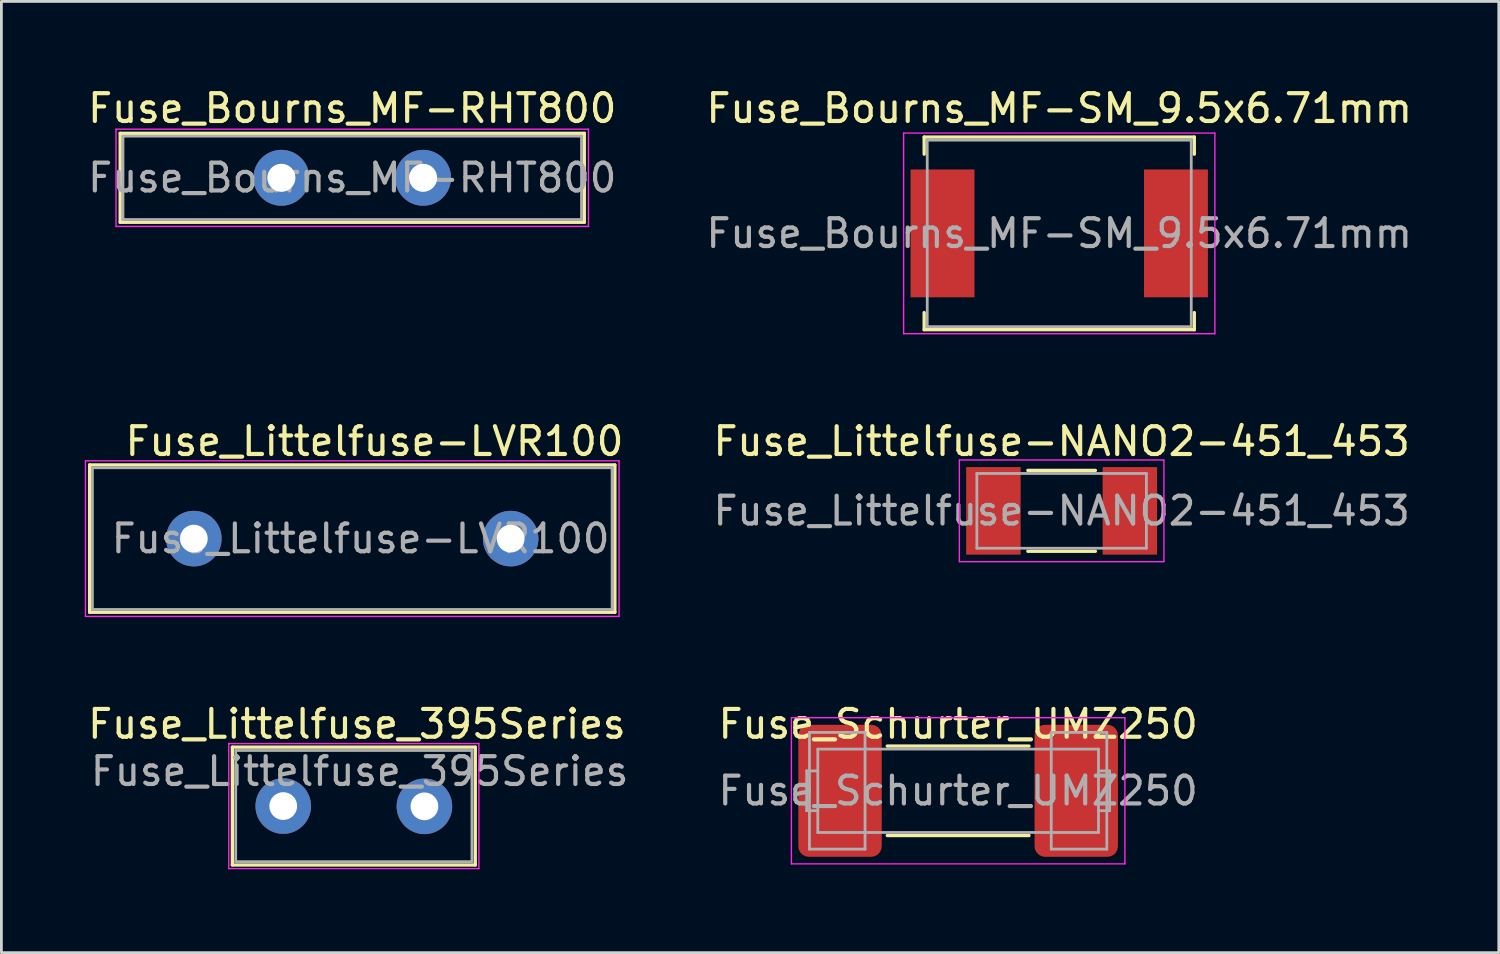
<source format=kicad_pcb>
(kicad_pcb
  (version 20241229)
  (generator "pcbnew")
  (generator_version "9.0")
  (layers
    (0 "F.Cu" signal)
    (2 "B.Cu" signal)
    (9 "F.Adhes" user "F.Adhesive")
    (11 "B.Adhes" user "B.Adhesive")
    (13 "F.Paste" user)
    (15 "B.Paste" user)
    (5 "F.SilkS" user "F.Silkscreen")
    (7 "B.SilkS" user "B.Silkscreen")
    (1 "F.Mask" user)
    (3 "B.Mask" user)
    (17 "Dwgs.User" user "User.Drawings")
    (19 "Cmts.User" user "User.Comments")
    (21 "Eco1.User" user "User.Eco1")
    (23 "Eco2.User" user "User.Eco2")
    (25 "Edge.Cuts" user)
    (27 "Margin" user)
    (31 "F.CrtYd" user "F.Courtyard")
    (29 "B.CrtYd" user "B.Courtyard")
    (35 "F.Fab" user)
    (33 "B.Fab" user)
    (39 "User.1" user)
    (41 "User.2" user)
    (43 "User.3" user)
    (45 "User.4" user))
  (footprint "Fuse_Bourns_MF-RHT800"
    (layer "F.Cu")
    (at 7.075 3.348)
    (property "Reference" "Fuse_Bourns_MF-RHT800" (at 2.55 -2.5 0) (layer "F.SilkS") (effects (font (size 1 1) (thickness 0.15))))
    (attr through_hole)
    (fp_line (start -5.8 -1.6) (end -5.8 1.6) (stroke (width 0.12) (type solid)) (layer "F.SilkS"))
    (fp_line (start -5.8 1.6) (end 10.9 1.6) (stroke (width 0.12) (type solid)) (layer "F.SilkS"))
    (fp_line (start 10.9 -1.6) (end -5.8 -1.6) (stroke (width 0.12) (type solid)) (layer "F.SilkS"))
    (fp_line (start 10.9 1.6) (end 10.9 -1.6) (stroke (width 0.12) (type solid)) (layer "F.SilkS"))
    (fp_line (start -5.95 -1.75) (end -5.95 1.75) (stroke (width 0.05) (type solid)) (layer "F.CrtYd"))
    (fp_line (start -5.95 1.75) (end 11.05 1.75) (stroke (width 0.05) (type solid)) (layer "F.CrtYd"))
    (fp_line (start 11.05 -1.75) (end -5.95 -1.75) (stroke (width 0.05) (type solid)) (layer "F.CrtYd"))
    (fp_line (start 11.05 1.75) (end 11.05 -1.75) (stroke (width 0.05) (type solid)) (layer "F.CrtYd"))
    (fp_line (start -5.7 -1.5) (end -5.7 1.5) (stroke (width 0.1) (type solid)) (layer "F.Fab"))
    (fp_line (start -5.7 1.5) (end 10.8 1.5) (stroke (width 0.1) (type solid)) (layer "F.Fab"))
    (fp_line (start 10.8 -1.5) (end -5.7 -1.5) (stroke (width 0.1) (type solid)) (layer "F.Fab"))
    (fp_line (start 10.8 1.5) (end 10.8 -1.5) (stroke (width 0.1) (type solid)) (layer "F.Fab"))
    (fp_text user "${REFERENCE}" (at 2.55 0 0) (layer "F.Fab") (effects (font (size 1 1) (thickness 0.15))))
    (pad "1" thru_hole circle (at 0 0) (size 2.01 2.01) (drill 1.01) (layers "*.Cu" "*.Mask"))
    (pad "2" thru_hole circle (at 5.1 0) (size 2.01 2.01) (drill 1.01) (layers "*.Cu" "*.Mask")))
  (footprint "Fuse_Littelfuse-NANO2-451_453"
    (layer "F.Cu")
    (at 35.151 15.332)
    (property "Reference" "Fuse_Littelfuse-NANO2-451_453" (at 0 -2.5 0) (unlocked yes) (layer "F.SilkS") (effects (font (size 1 1) (thickness 0.15))))
    (attr smd)
    (fp_line (start -1.215 -1.455) (end 1.215 -1.455) (stroke (width 0.12) (type solid)) (layer "F.SilkS"))
    (fp_line (start -1.215 1.455) (end 1.215 1.455) (stroke (width 0.12) (type solid)) (layer "F.SilkS"))
    (fp_line (start -3.68 -1.83) (end 3.68 -1.83) (stroke (width 0.05) (type solid)) (layer "F.CrtYd"))
    (fp_line (start -3.68 1.83) (end -3.68 -1.83) (stroke (width 0.05) (type solid)) (layer "F.CrtYd"))
    (fp_line (start 3.68 -1.83) (end 3.68 1.83) (stroke (width 0.05) (type solid)) (layer "F.CrtYd"))
    (fp_line (start 3.68 1.83) (end -3.68 1.83) (stroke (width 0.05) (type solid)) (layer "F.CrtYd"))
    (fp_line (start -3.05 -1.345) (end -3.05 1.345) (stroke (width 0.1) (type solid)) (layer "F.Fab"))
    (fp_line (start -3.05 -1.345) (end 3.05 -1.345) (stroke (width 0.1) (type solid)) (layer "F.Fab"))
    (fp_line (start -3.05 1.345) (end 3.05 1.345) (stroke (width 0.1) (type solid)) (layer "F.Fab"))
    (fp_line (start 3.05 1.345) (end 3.05 -1.345) (stroke (width 0.1) (type solid)) (layer "F.Fab"))
    (fp_text user "${REFERENCE}" (at 0 0 0) (layer "F.Fab") (effects (font (size 1 1) (thickness 0.15))))
    (pad "1" smd rect (at -2.455 0) (size 1.96 3.15) (layers "F.Cu" "F.Mask" "F.Paste"))
    (pad "2" smd rect (at 2.455 0) (size 1.96 3.15) (layers "F.Cu" "F.Mask" "F.Paste")))
  (footprint "Fuse_Bourns_MF-SM_9.5x6.71mm"
    (layer "F.Cu")
    (at 35.065 5.348)
    (property "Reference" "Fuse_Bourns_MF-SM_9.5x6.71mm" (at 0 -4.5 0) (layer "F.SilkS") (effects (font (size 1 1) (thickness 0.15))))
    (attr smd)
    (fp_line (start -4.86 -3.465) (end 4.86 -3.465) (stroke (width 0.12) (type solid)) (layer "F.SilkS"))
    (fp_line (start -4.86 -2.85) (end -4.86 -3.465) (stroke (width 0.12) (type solid)) (layer "F.SilkS"))
    (fp_line (start -4.86 2.85) (end -4.86 3.465) (stroke (width 0.12) (type solid)) (layer "F.SilkS"))
    (fp_line (start -4.86 3.465) (end 4.86 3.465) (stroke (width 0.12) (type solid)) (layer "F.SilkS"))
    (fp_line (start 4.86 -2.85) (end 4.86 -3.465) (stroke (width 0.12) (type solid)) (layer "F.SilkS"))
    (fp_line (start 4.86 2.85) (end 4.86 3.465) (stroke (width 0.12) (type solid)) (layer "F.SilkS"))
    (fp_line (start -5.6 -3.61) (end 5.6 -3.61) (stroke (width 0.05) (type solid)) (layer "F.CrtYd"))
    (fp_line (start -5.6 3.61) (end -5.6 -3.61) (stroke (width 0.05) (type solid)) (layer "F.CrtYd"))
    (fp_line (start 5.6 -3.61) (end 5.6 3.61) (stroke (width 0.05) (type solid)) (layer "F.CrtYd"))
    (fp_line (start 5.6 3.61) (end -5.6 3.61) (stroke (width 0.05) (type solid)) (layer "F.CrtYd"))
    (fp_line (start -4.75 -3.355) (end 4.75 -3.355) (stroke (width 0.1) (type solid)) (layer "F.Fab"))
    (fp_line (start -4.75 3.355) (end -4.75 -3.355) (stroke (width 0.1) (type solid)) (layer "F.Fab"))
    (fp_line (start 4.75 -3.355) (end 4.75 3.355) (stroke (width 0.1) (type solid)) (layer "F.Fab"))
    (fp_line (start 4.75 3.355) (end -4.75 3.355) (stroke (width 0.1) (type solid)) (layer "F.Fab"))
    (fp_text user "${REFERENCE}" (at 0 0 0) (layer "F.Fab") (effects (font (size 1 1) (thickness 0.15))))
    (pad "1" smd rect (at -4.2 0) (size 2.3 4.6) (layers "F.Cu" "F.Mask" "F.Paste"))
    (pad "2" smd rect (at 4.2 0) (size 2.3 4.6) (layers "F.Cu" "F.Mask" "F.Paste")))
  (footprint "Fuse_Littelfuse-LVR100"
    (layer "F.Cu")
    (at 3.925 16.331)
    (property "Reference" "Fuse_Littelfuse-LVR100" (at 6.5 -3.5 0) (layer "F.SilkS") (effects (font (size 1 1) (thickness 0.15))))
    (attr through_hole)
    (fp_line (start -3.75 -2.65) (end -3.75 2.65) (stroke (width 0.12) (type solid)) (layer "F.SilkS"))
    (fp_line (start -3.75 -2.65) (end 15.15 -2.65) (stroke (width 0.12) (type solid)) (layer "F.SilkS"))
    (fp_line (start 15.15 2.65) (end -3.75 2.65) (stroke (width 0.12) (type solid)) (layer "F.SilkS"))
    (fp_line (start 15.15 2.65) (end 15.15 -2.65) (stroke (width 0.12) (type solid)) (layer "F.SilkS"))
    (fp_line (start -3.9 -2.8) (end -3.9 2.8) (stroke (width 0.05) (type solid)) (layer "F.CrtYd"))
    (fp_line (start -3.9 -2.8) (end 15.3 -2.8) (stroke (width 0.05) (type solid)) (layer "F.CrtYd"))
    (fp_line (start 15.3 2.8) (end -3.9 2.8) (stroke (width 0.05) (type solid)) (layer "F.CrtYd"))
    (fp_line (start 15.3 2.8) (end 15.3 -2.8) (stroke (width 0.05) (type solid)) (layer "F.CrtYd"))
    (fp_line (start -3.65 -2.55) (end -3.65 2.55) (stroke (width 0.1) (type solid)) (layer "F.Fab"))
    (fp_line (start -3.65 2.55) (end 15.05 2.55) (stroke (width 0.1) (type solid)) (layer "F.Fab"))
    (fp_line (start 15.05 -2.55) (end -3.65 -2.55) (stroke (width 0.1) (type solid)) (layer "F.Fab"))
    (fp_line (start 15.05 2.55) (end 15.05 -2.55) (stroke (width 0.1) (type solid)) (layer "F.Fab"))
    (fp_text user "${REFERENCE}" (at 6 0 0) (layer "F.Fab") (effects (font (size 1 1) (thickness 0.15))))
    (pad "1" thru_hole circle (at 0 0) (size 2 2) (drill 1) (layers "*.Cu" "*.Mask"))
    (pad "2" thru_hole circle (at 11.4 0) (size 2 2) (drill 1) (layers "*.Cu" "*.Mask")))
  (footprint "Fuse_Littelfuse_395Series"
    (layer "F.Cu")
    (at 7.142 25.955)
    (property "Reference" "Fuse_Littelfuse_395Series" (at 2.65 -2.95 0) (layer "F.SilkS") (effects (font (size 1 1) (thickness 0.15))))
    (attr through_hole)
    (fp_line (start -1.83 -2.12) (end -1.83 2.12) (stroke (width 0.12) (type solid)) (layer "F.SilkS"))
    (fp_line (start -1.83 -2.12) (end 6.91 -2.12) (stroke (width 0.12) (type solid)) (layer "F.SilkS"))
    (fp_line (start 6.91 2.12) (end -1.83 2.12) (stroke (width 0.12) (type solid)) (layer "F.SilkS"))
    (fp_line (start 6.91 2.12) (end 6.91 -2.12) (stroke (width 0.12) (type solid)) (layer "F.SilkS"))
    (fp_line (start -1.96 -2.25) (end -1.96 2.25) (stroke (width 0.05) (type solid)) (layer "F.CrtYd"))
    (fp_line (start -1.96 -2.25) (end 7.04 -2.25) (stroke (width 0.05) (type solid)) (layer "F.CrtYd"))
    (fp_line (start 7.04 2.25) (end -1.96 2.25) (stroke (width 0.05) (type solid)) (layer "F.CrtYd"))
    (fp_line (start 7.04 2.25) (end 7.04 -2.25) (stroke (width 0.05) (type solid)) (layer "F.CrtYd"))
    (fp_line (start -1.71 -2) (end -1.71 2) (stroke (width 0.1) (type solid)) (layer "F.Fab"))
    (fp_line (start -1.71 2) (end 6.79 2) (stroke (width 0.1) (type solid)) (layer "F.Fab"))
    (fp_line (start 6.79 -2) (end -1.71 -2) (stroke (width 0.1) (type solid)) (layer "F.Fab"))
    (fp_line (start 6.79 2) (end 6.79 -2) (stroke (width 0.1) (type solid)) (layer "F.Fab"))
    (fp_text user "${REFERENCE}" (at 2.75 -1.25 0) (layer "F.Fab") (effects (font (size 1 1) (thickness 0.15))))
    (pad "1" thru_hole circle (at 0 0) (size 2 2) (drill 1) (layers "*.Cu" "*.Mask"))
    (pad "2" thru_hole circle (at 5.08 0.01) (size 2 2) (drill 1) (layers "*.Cu" "*.Mask")))
  (footprint "Fuse_Schurter_UMZ250"
    (layer "F.Cu")
    (at 31.427 25.405)
    (property "Reference" "Fuse_Schurter_UMZ250" (at 0 -2.4 0) (layer "F.SilkS") (effects (font (size 1 1) (thickness 0.15))))
    (attr smd)
    (fp_line (start -2.55 -1.61) (end 2.55 -1.61) (stroke (width 0.12) (type solid)) (layer "F.SilkS"))
    (fp_line (start -2.55 1.61) (end 2.55 1.61) (stroke (width 0.12) (type solid)) (layer "F.SilkS"))
    (fp_line (start -6 2.63) (end -6 -2.63) (stroke (width 0.05) (type solid)) (layer "F.CrtYd"))
    (fp_line (start -6 2.63) (end 6 2.63) (stroke (width 0.05) (type solid)) (layer "F.CrtYd"))
    (fp_line (start 6 -2.63) (end -6 -2.63) (stroke (width 0.05) (type solid)) (layer "F.CrtYd"))
    (fp_line (start 6 2.63) (end 6 -2.63) (stroke (width 0.05) (type solid)) (layer "F.CrtYd"))
    (fp_line (start -5.45 0.715) (end -5.45 -0.715) (stroke (width 0.1) (type solid)) (layer "F.Fab"))
    (fp_line (start -5.35 -2.1) (end -5.35 2.1) (stroke (width 0.1) (type solid)) (layer "F.Fab"))
    (fp_line (start -5.35 2.1) (end -3.35 2.1) (stroke (width 0.1) (type solid)) (layer "F.Fab"))
    (fp_line (start -5.05 -1.5) (end 5.05 -1.5) (stroke (width 0.1) (type solid)) (layer "F.Fab"))
    (fp_line (start -5.05 -0.715) (end -5.45 -0.715) (stroke (width 0.1) (type solid)) (layer "F.Fab"))
    (fp_line (start -5.05 0.715) (end -5.45 0.715) (stroke (width 0.1) (type solid)) (layer "F.Fab"))
    (fp_line (start -5.05 1.5) (end -5.05 -1.5) (stroke (width 0.1) (type solid)) (layer "F.Fab"))
    (fp_line (start -3.35 -2.1) (end -5.35 -2.1) (stroke (width 0.1) (type solid)) (layer "F.Fab"))
    (fp_line (start -3.35 2.1) (end -3.35 -2.1) (stroke (width 0.1) (type solid)) (layer "F.Fab"))
    (fp_line (start 3.35 -2.1) (end 3.35 2.1) (stroke (width 0.1) (type solid)) (layer "F.Fab"))
    (fp_line (start 3.35 2.1) (end 5.35 2.1) (stroke (width 0.1) (type solid)) (layer "F.Fab"))
    (fp_line (start 5.05 -1.5) (end 5.05 1.5) (stroke (width 0.1) (type solid)) (layer "F.Fab"))
    (fp_line (start 5.05 -0.715) (end 5.45 -0.715) (stroke (width 0.1) (type solid)) (layer "F.Fab"))
    (fp_line (start 5.05 0.715) (end 5.45 0.715) (stroke (width 0.1) (type solid)) (layer "F.Fab"))
    (fp_line (start 5.05 1.5) (end -5.05 1.5) (stroke (width 0.1) (type solid)) (layer "F.Fab"))
    (fp_line (start 5.35 -2.1) (end 3.35 -2.1) (stroke (width 0.1) (type solid)) (layer "F.Fab"))
    (fp_line (start 5.35 2.1) (end 5.35 -2.1) (stroke (width 0.1) (type solid)) (layer "F.Fab"))
    (fp_line (start 5.45 -0.715) (end 5.45 0.715) (stroke (width 0.1) (type solid)) (layer "F.Fab"))
    (fp_text user "${REFERENCE}" (at 0 0 0) (layer "F.Fab") (effects (font (size 1 1) (thickness 0.15))))
    (pad "1" smd roundrect (at -4.25 0) (size 3 4.75) (layers "F.Cu" "F.Mask" "F.Paste") (roundrect_rratio 0.125))
    (pad "2" smd roundrect (at 4.25 0) (size 3 4.75) (layers "F.Cu" "F.Mask" "F.Paste") (roundrect_rratio 0.125)))
  (gr_rect
    (start -3 -3)
    (end 50.881 31.23)
    (stroke (width 0.1) (type default))
    (fill no)
    (layer "Edge.Cuts")))
</source>
